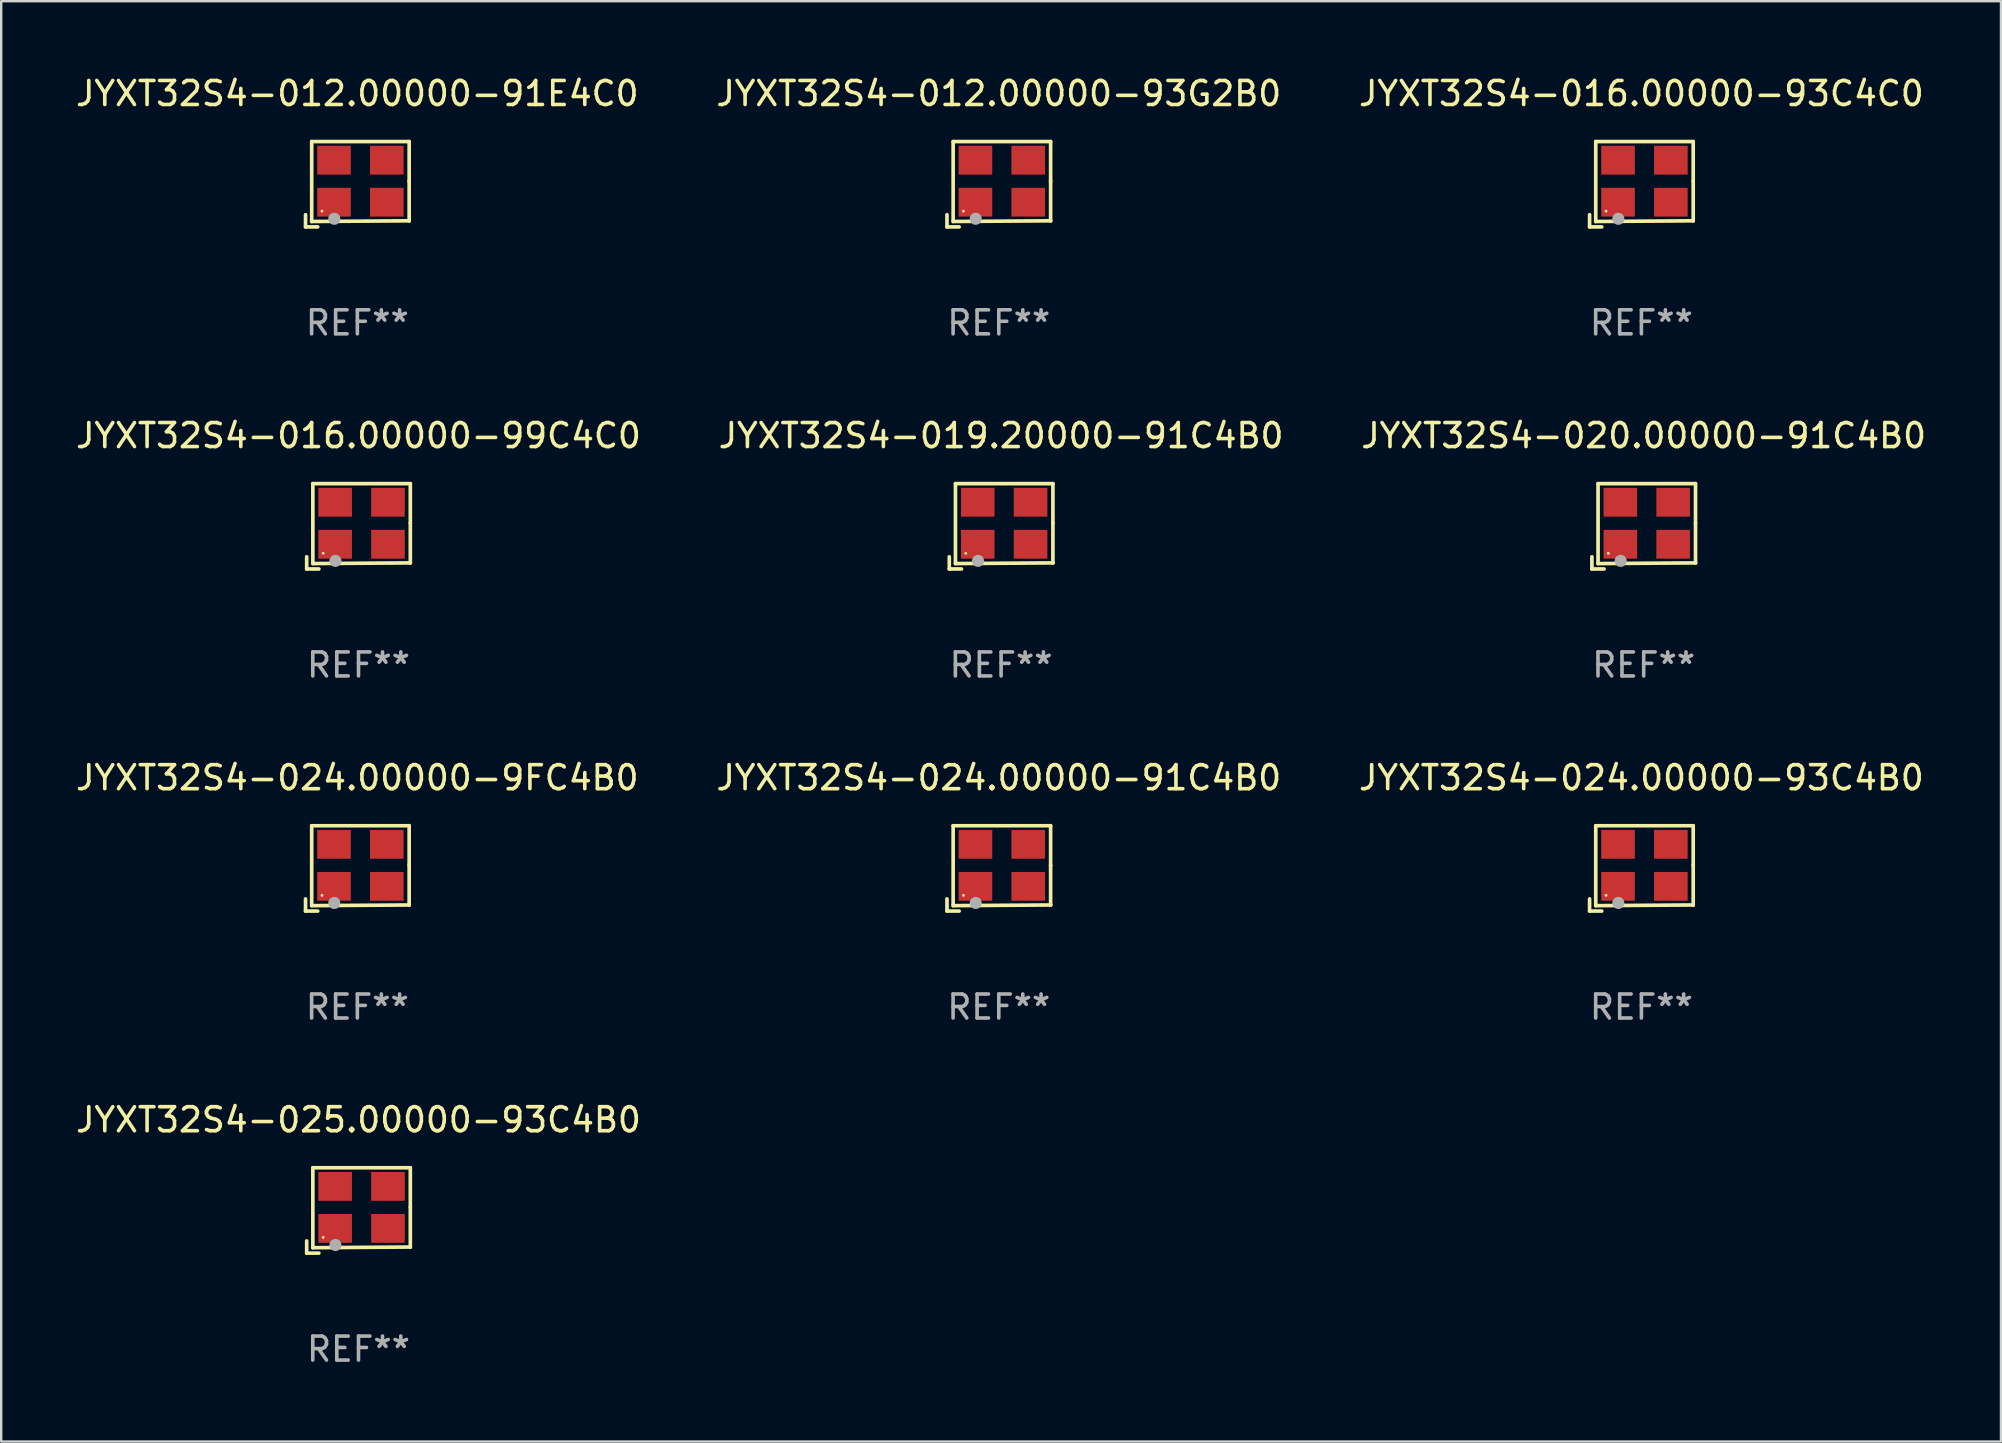
<source format=kicad_pcb>
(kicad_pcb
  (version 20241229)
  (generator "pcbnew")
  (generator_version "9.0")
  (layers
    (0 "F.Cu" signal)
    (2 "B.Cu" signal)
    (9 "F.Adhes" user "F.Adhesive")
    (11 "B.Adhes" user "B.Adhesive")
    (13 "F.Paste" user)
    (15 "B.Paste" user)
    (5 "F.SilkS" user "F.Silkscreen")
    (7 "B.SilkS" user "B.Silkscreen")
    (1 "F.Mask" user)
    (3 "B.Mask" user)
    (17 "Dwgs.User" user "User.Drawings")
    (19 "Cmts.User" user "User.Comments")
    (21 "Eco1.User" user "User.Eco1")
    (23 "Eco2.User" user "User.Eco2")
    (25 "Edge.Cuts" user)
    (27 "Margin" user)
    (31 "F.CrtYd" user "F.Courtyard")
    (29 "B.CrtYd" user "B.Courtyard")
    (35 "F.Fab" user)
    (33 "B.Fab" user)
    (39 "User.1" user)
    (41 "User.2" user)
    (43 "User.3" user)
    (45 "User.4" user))
  (footprint "JYXT32S4-020.00000-91C4B0"
    (layer "F.Cu")
    (at 65.435 18.879)
    (property "Reference" "JYXT32S4-020.00000-91C4B0" (at 0 -3.778 0) (layer "F.SilkS") (effects (font (size 1 1) (thickness 0.15))))
    (attr through_hole)
    (fp_line (start -2.159 1.27) (end -2.159 1.778) (stroke (width 0.152) (type solid)) (layer "F.SilkS"))
    (fp_line (start -2.159 1.778) (end -1.651 1.778) (stroke (width 0.152) (type solid)) (layer "F.SilkS"))
    (fp_line (start -1.902 -1.778) (end 2.159 -1.778) (stroke (width 0.152) (type solid)) (layer "F.SilkS"))
    (fp_line (start -1.902 1.552) (end -1.902 -1.778) (stroke (width 0.152) (type solid)) (layer "F.SilkS"))
    (fp_line (start 2.159 -1.778) (end 2.159 -0.127) (stroke (width 0.152) (type solid)) (layer "F.SilkS"))
    (fp_line (start 2.159 -0.127) (end 2.159 1.524) (stroke (width 0.152) (type solid)) (layer "F.SilkS"))
    (fp_line (start 2.159 1.524) (end -1.902 1.552) (stroke (width 0.152) (type solid)) (layer "F.SilkS"))
    (fp_line (start 2.159 1.524) (end 2.159 1.524) (stroke (width 0.152) (type solid)) (layer "F.SilkS"))
    (fp_circle (center -1.473 1.123) (end -1.443 1.123) (stroke (width 0.06) (type solid)) (fill no) (layer "F.SilkS"))
    (fp_circle (center -0.961 1.44) (end -0.834 1.44) (stroke (width 0.254) (type solid)) (fill no) (layer "F.Fab"))
    (fp_text user "REF**" (at 0 5.778 0) (layer "F.Fab") (effects (font (size 1 1) (thickness 0.15))))
    (pad "1" smd rect (at -0.973 0.748) (size 1.4 1.2) (layers "F.Cu" "F.Mask" "F.Paste"))
    (pad "2" smd rect (at 1.227 0.748) (size 1.4 1.2) (layers "F.Cu" "F.Mask" "F.Paste"))
    (pad "3" smd rect (at 1.227 -1.002) (size 1.4 1.2) (layers "F.Cu" "F.Mask" "F.Paste"))
    (pad "4" smd rect (at -0.973 -1.002) (size 1.4 1.2) (layers "F.Cu" "F.Mask" "F.Paste")))
  (footprint "JYXT32S4-025.00000-93C4B0"
    (layer "F.Cu")
    (at 11.887 47.384)
    (property "Reference" "JYXT32S4-025.00000-93C4B0" (at 0 -3.778 0) (layer "F.SilkS") (effects (font (size 1 1) (thickness 0.15))))
    (attr through_hole)
    (fp_line (start -2.159 1.27) (end -2.159 1.778) (stroke (width 0.152) (type solid)) (layer "F.SilkS"))
    (fp_line (start -2.159 1.778) (end -1.651 1.778) (stroke (width 0.152) (type solid)) (layer "F.SilkS"))
    (fp_line (start -1.902 -1.778) (end 2.159 -1.778) (stroke (width 0.152) (type solid)) (layer "F.SilkS"))
    (fp_line (start -1.902 1.552) (end -1.902 -1.778) (stroke (width 0.152) (type solid)) (layer "F.SilkS"))
    (fp_line (start 2.159 -1.778) (end 2.159 -0.127) (stroke (width 0.152) (type solid)) (layer "F.SilkS"))
    (fp_line (start 2.159 -0.127) (end 2.159 1.524) (stroke (width 0.152) (type solid)) (layer "F.SilkS"))
    (fp_line (start 2.159 1.524) (end -1.902 1.552) (stroke (width 0.152) (type solid)) (layer "F.SilkS"))
    (fp_line (start 2.159 1.524) (end 2.159 1.524) (stroke (width 0.152) (type solid)) (layer "F.SilkS"))
    (fp_circle (center -1.473 1.123) (end -1.443 1.123) (stroke (width 0.06) (type solid)) (fill no) (layer "F.SilkS"))
    (fp_circle (center -0.961 1.44) (end -0.834 1.44) (stroke (width 0.254) (type solid)) (fill no) (layer "F.Fab"))
    (fp_text user "REF**" (at 0 5.778 0) (layer "F.Fab") (effects (font (size 1 1) (thickness 0.15))))
    (pad "1" smd rect (at -0.973 0.748) (size 1.4 1.2) (layers "F.Cu" "F.Mask" "F.Paste"))
    (pad "2" smd rect (at 1.227 0.748) (size 1.4 1.2) (layers "F.Cu" "F.Mask" "F.Paste"))
    (pad "3" smd rect (at 1.227 -1.002) (size 1.4 1.2) (layers "F.Cu" "F.Mask" "F.Paste"))
    (pad "4" smd rect (at -0.973 -1.002) (size 1.4 1.2) (layers "F.Cu" "F.Mask" "F.Paste")))
  (footprint "JYXT32S4-019.20000-91C4B0"
    (layer "F.Cu")
    (at 38.661 18.879)
    (property "Reference" "JYXT32S4-019.20000-91C4B0" (at 0 -3.778 0) (layer "F.SilkS") (effects (font (size 1 1) (thickness 0.15))))
    (attr through_hole)
    (fp_line (start -2.159 1.27) (end -2.159 1.778) (stroke (width 0.152) (type solid)) (layer "F.SilkS"))
    (fp_line (start -2.159 1.778) (end -1.651 1.778) (stroke (width 0.152) (type solid)) (layer "F.SilkS"))
    (fp_line (start -1.902 -1.778) (end 2.159 -1.778) (stroke (width 0.152) (type solid)) (layer "F.SilkS"))
    (fp_line (start -1.902 1.552) (end -1.902 -1.778) (stroke (width 0.152) (type solid)) (layer "F.SilkS"))
    (fp_line (start 2.159 -1.778) (end 2.159 -0.127) (stroke (width 0.152) (type solid)) (layer "F.SilkS"))
    (fp_line (start 2.159 -0.127) (end 2.159 1.524) (stroke (width 0.152) (type solid)) (layer "F.SilkS"))
    (fp_line (start 2.159 1.524) (end -1.902 1.552) (stroke (width 0.152) (type solid)) (layer "F.SilkS"))
    (fp_line (start 2.159 1.524) (end 2.159 1.524) (stroke (width 0.152) (type solid)) (layer "F.SilkS"))
    (fp_circle (center -1.473 1.123) (end -1.443 1.123) (stroke (width 0.06) (type solid)) (fill no) (layer "F.SilkS"))
    (fp_circle (center -0.961 1.44) (end -0.834 1.44) (stroke (width 0.254) (type solid)) (fill no) (layer "F.Fab"))
    (fp_text user "REF**" (at 0 5.778 0) (layer "F.Fab") (effects (font (size 1 1) (thickness 0.15))))
    (pad "1" smd rect (at -0.973 0.748) (size 1.4 1.2) (layers "F.Cu" "F.Mask" "F.Paste"))
    (pad "2" smd rect (at 1.227 0.748) (size 1.4 1.2) (layers "F.Cu" "F.Mask" "F.Paste"))
    (pad "3" smd rect (at 1.227 -1.002) (size 1.4 1.2) (layers "F.Cu" "F.Mask" "F.Paste"))
    (pad "4" smd rect (at -0.973 -1.002) (size 1.4 1.2) (layers "F.Cu" "F.Mask" "F.Paste")))
  (footprint "JYXT32S4-012.00000-93G2B0"
    (layer "F.Cu")
    (at 38.565 4.626)
    (property "Reference" "JYXT32S4-012.00000-93G2B0" (at 0 -3.778 0) (layer "F.SilkS") (effects (font (size 1 1) (thickness 0.15))))
    (attr through_hole)
    (fp_line (start -2.159 1.27) (end -2.159 1.778) (stroke (width 0.152) (type solid)) (layer "F.SilkS"))
    (fp_line (start -2.159 1.778) (end -1.651 1.778) (stroke (width 0.152) (type solid)) (layer "F.SilkS"))
    (fp_line (start -1.902 -1.778) (end 2.159 -1.778) (stroke (width 0.152) (type solid)) (layer "F.SilkS"))
    (fp_line (start -1.902 1.552) (end -1.902 -1.778) (stroke (width 0.152) (type solid)) (layer "F.SilkS"))
    (fp_line (start 2.159 -1.778) (end 2.159 -0.127) (stroke (width 0.152) (type solid)) (layer "F.SilkS"))
    (fp_line (start 2.159 -0.127) (end 2.159 1.524) (stroke (width 0.152) (type solid)) (layer "F.SilkS"))
    (fp_line (start 2.159 1.524) (end -1.902 1.552) (stroke (width 0.152) (type solid)) (layer "F.SilkS"))
    (fp_line (start 2.159 1.524) (end 2.159 1.524) (stroke (width 0.152) (type solid)) (layer "F.SilkS"))
    (fp_circle (center -1.473 1.123) (end -1.443 1.123) (stroke (width 0.06) (type solid)) (fill no) (layer "F.SilkS"))
    (fp_circle (center -0.961 1.44) (end -0.834 1.44) (stroke (width 0.254) (type solid)) (fill no) (layer "F.Fab"))
    (fp_text user "REF**" (at 0 5.778 0) (layer "F.Fab") (effects (font (size 1 1) (thickness 0.15))))
    (pad "1" smd rect (at -0.973 0.748) (size 1.4 1.2) (layers "F.Cu" "F.Mask" "F.Paste"))
    (pad "2" smd rect (at 1.227 0.748) (size 1.4 1.2) (layers "F.Cu" "F.Mask" "F.Paste"))
    (pad "3" smd rect (at 1.227 -1.002) (size 1.4 1.2) (layers "F.Cu" "F.Mask" "F.Paste"))
    (pad "4" smd rect (at -0.973 -1.002) (size 1.4 1.2) (layers "F.Cu" "F.Mask" "F.Paste")))
  (footprint "JYXT32S4-024.00000-91C4B0"
    (layer "F.Cu")
    (at 38.565 33.132)
    (property "Reference" "JYXT32S4-024.00000-91C4B0" (at 0 -3.778 0) (layer "F.SilkS") (effects (font (size 1 1) (thickness 0.15))))
    (attr through_hole)
    (fp_line (start -2.159 1.27) (end -2.159 1.778) (stroke (width 0.152) (type solid)) (layer "F.SilkS"))
    (fp_line (start -2.159 1.778) (end -1.651 1.778) (stroke (width 0.152) (type solid)) (layer "F.SilkS"))
    (fp_line (start -1.902 -1.778) (end 2.159 -1.778) (stroke (width 0.152) (type solid)) (layer "F.SilkS"))
    (fp_line (start -1.902 1.552) (end -1.902 -1.778) (stroke (width 0.152) (type solid)) (layer "F.SilkS"))
    (fp_line (start 2.159 -1.778) (end 2.159 -0.127) (stroke (width 0.152) (type solid)) (layer "F.SilkS"))
    (fp_line (start 2.159 -0.127) (end 2.159 1.524) (stroke (width 0.152) (type solid)) (layer "F.SilkS"))
    (fp_line (start 2.159 1.524) (end -1.902 1.552) (stroke (width 0.152) (type solid)) (layer "F.SilkS"))
    (fp_line (start 2.159 1.524) (end 2.159 1.524) (stroke (width 0.152) (type solid)) (layer "F.SilkS"))
    (fp_circle (center -1.473 1.123) (end -1.443 1.123) (stroke (width 0.06) (type solid)) (fill no) (layer "F.SilkS"))
    (fp_circle (center -0.961 1.44) (end -0.834 1.44) (stroke (width 0.254) (type solid)) (fill no) (layer "F.Fab"))
    (fp_text user "REF**" (at 0 5.778 0) (layer "F.Fab") (effects (font (size 1 1) (thickness 0.15))))
    (pad "1" smd rect (at -0.973 0.748) (size 1.4 1.2) (layers "F.Cu" "F.Mask" "F.Paste"))
    (pad "2" smd rect (at 1.227 0.748) (size 1.4 1.2) (layers "F.Cu" "F.Mask" "F.Paste"))
    (pad "3" smd rect (at 1.227 -1.002) (size 1.4 1.2) (layers "F.Cu" "F.Mask" "F.Paste"))
    (pad "4" smd rect (at -0.973 -1.002) (size 1.4 1.2) (layers "F.Cu" "F.Mask" "F.Paste")))
  (footprint "JYXT32S4-024.00000-9FC4B0"
    (layer "F.Cu")
    (at 11.839 33.132)
    (property "Reference" "JYXT32S4-024.00000-9FC4B0" (at 0 -3.778 0) (layer "F.SilkS") (effects (font (size 1 1) (thickness 0.15))))
    (attr through_hole)
    (fp_line (start -2.159 1.27) (end -2.159 1.778) (stroke (width 0.152) (type solid)) (layer "F.SilkS"))
    (fp_line (start -2.159 1.778) (end -1.651 1.778) (stroke (width 0.152) (type solid)) (layer "F.SilkS"))
    (fp_line (start -1.902 -1.778) (end 2.159 -1.778) (stroke (width 0.152) (type solid)) (layer "F.SilkS"))
    (fp_line (start -1.902 1.552) (end -1.902 -1.778) (stroke (width 0.152) (type solid)) (layer "F.SilkS"))
    (fp_line (start 2.159 -1.778) (end 2.159 -0.127) (stroke (width 0.152) (type solid)) (layer "F.SilkS"))
    (fp_line (start 2.159 -0.127) (end 2.159 1.524) (stroke (width 0.152) (type solid)) (layer "F.SilkS"))
    (fp_line (start 2.159 1.524) (end -1.902 1.552) (stroke (width 0.152) (type solid)) (layer "F.SilkS"))
    (fp_line (start 2.159 1.524) (end 2.159 1.524) (stroke (width 0.152) (type solid)) (layer "F.SilkS"))
    (fp_circle (center -1.473 1.123) (end -1.443 1.123) (stroke (width 0.06) (type solid)) (fill no) (layer "F.SilkS"))
    (fp_circle (center -0.961 1.44) (end -0.834 1.44) (stroke (width 0.254) (type solid)) (fill no) (layer "F.Fab"))
    (fp_text user "REF**" (at 0 5.778 0) (layer "F.Fab") (effects (font (size 1 1) (thickness 0.15))))
    (pad "1" smd rect (at -0.973 0.748) (size 1.4 1.2) (layers "F.Cu" "F.Mask" "F.Paste"))
    (pad "2" smd rect (at 1.227 0.748) (size 1.4 1.2) (layers "F.Cu" "F.Mask" "F.Paste"))
    (pad "3" smd rect (at 1.227 -1.002) (size 1.4 1.2) (layers "F.Cu" "F.Mask" "F.Paste"))
    (pad "4" smd rect (at -0.973 -1.002) (size 1.4 1.2) (layers "F.Cu" "F.Mask" "F.Paste")))
  (footprint "JYXT32S4-024.00000-93C4B0"
    (layer "F.Cu")
    (at 65.339 33.132)
    (property "Reference" "JYXT32S4-024.00000-93C4B0" (at 0 -3.778 0) (layer "F.SilkS") (effects (font (size 1 1) (thickness 0.15))))
    (attr through_hole)
    (fp_line (start -2.159 1.27) (end -2.159 1.778) (stroke (width 0.152) (type solid)) (layer "F.SilkS"))
    (fp_line (start -2.159 1.778) (end -1.651 1.778) (stroke (width 0.152) (type solid)) (layer "F.SilkS"))
    (fp_line (start -1.902 -1.778) (end 2.159 -1.778) (stroke (width 0.152) (type solid)) (layer "F.SilkS"))
    (fp_line (start -1.902 1.552) (end -1.902 -1.778) (stroke (width 0.152) (type solid)) (layer "F.SilkS"))
    (fp_line (start 2.159 -1.778) (end 2.159 -0.127) (stroke (width 0.152) (type solid)) (layer "F.SilkS"))
    (fp_line (start 2.159 -0.127) (end 2.159 1.524) (stroke (width 0.152) (type solid)) (layer "F.SilkS"))
    (fp_line (start 2.159 1.524) (end -1.902 1.552) (stroke (width 0.152) (type solid)) (layer "F.SilkS"))
    (fp_line (start 2.159 1.524) (end 2.159 1.524) (stroke (width 0.152) (type solid)) (layer "F.SilkS"))
    (fp_circle (center -1.473 1.123) (end -1.443 1.123) (stroke (width 0.06) (type solid)) (fill no) (layer "F.SilkS"))
    (fp_circle (center -0.961 1.44) (end -0.834 1.44) (stroke (width 0.254) (type solid)) (fill no) (layer "F.Fab"))
    (fp_text user "REF**" (at 0 5.778 0) (layer "F.Fab") (effects (font (size 1 1) (thickness 0.15))))
    (pad "1" smd rect (at -0.973 0.748) (size 1.4 1.2) (layers "F.Cu" "F.Mask" "F.Paste"))
    (pad "2" smd rect (at 1.227 0.748) (size 1.4 1.2) (layers "F.Cu" "F.Mask" "F.Paste"))
    (pad "3" smd rect (at 1.227 -1.002) (size 1.4 1.2) (layers "F.Cu" "F.Mask" "F.Paste"))
    (pad "4" smd rect (at -0.973 -1.002) (size 1.4 1.2) (layers "F.Cu" "F.Mask" "F.Paste")))
  (footprint "JYXT32S4-016.00000-93C4C0"
    (layer "F.Cu")
    (at 65.339 4.626)
    (property "Reference" "JYXT32S4-016.00000-93C4C0" (at 0 -3.778 0) (layer "F.SilkS") (effects (font (size 1 1) (thickness 0.15))))
    (attr through_hole)
    (fp_line (start -2.159 1.27) (end -2.159 1.778) (stroke (width 0.152) (type solid)) (layer "F.SilkS"))
    (fp_line (start -2.159 1.778) (end -1.651 1.778) (stroke (width 0.152) (type solid)) (layer "F.SilkS"))
    (fp_line (start -1.902 -1.778) (end 2.159 -1.778) (stroke (width 0.152) (type solid)) (layer "F.SilkS"))
    (fp_line (start -1.902 1.552) (end -1.902 -1.778) (stroke (width 0.152) (type solid)) (layer "F.SilkS"))
    (fp_line (start 2.159 -1.778) (end 2.159 -0.127) (stroke (width 0.152) (type solid)) (layer "F.SilkS"))
    (fp_line (start 2.159 -0.127) (end 2.159 1.524) (stroke (width 0.152) (type solid)) (layer "F.SilkS"))
    (fp_line (start 2.159 1.524) (end -1.902 1.552) (stroke (width 0.152) (type solid)) (layer "F.SilkS"))
    (fp_line (start 2.159 1.524) (end 2.159 1.524) (stroke (width 0.152) (type solid)) (layer "F.SilkS"))
    (fp_circle (center -1.473 1.123) (end -1.443 1.123) (stroke (width 0.06) (type solid)) (fill no) (layer "F.SilkS"))
    (fp_circle (center -0.961 1.44) (end -0.834 1.44) (stroke (width 0.254) (type solid)) (fill no) (layer "F.Fab"))
    (fp_text user "REF**" (at 0 5.778 0) (layer "F.Fab") (effects (font (size 1 1) (thickness 0.15))))
    (pad "1" smd rect (at -0.973 0.748) (size 1.4 1.2) (layers "F.Cu" "F.Mask" "F.Paste"))
    (pad "2" smd rect (at 1.227 0.748) (size 1.4 1.2) (layers "F.Cu" "F.Mask" "F.Paste"))
    (pad "3" smd rect (at 1.227 -1.002) (size 1.4 1.2) (layers "F.Cu" "F.Mask" "F.Paste"))
    (pad "4" smd rect (at -0.973 -1.002) (size 1.4 1.2) (layers "F.Cu" "F.Mask" "F.Paste")))
  (footprint "JYXT32S4-016.00000-99C4C0"
    (layer "F.Cu")
    (at 11.887 18.879)
    (property "Reference" "JYXT32S4-016.00000-99C4C0" (at 0 -3.778 0) (layer "F.SilkS") (effects (font (size 1 1) (thickness 0.15))))
    (attr through_hole)
    (fp_line (start -2.159 1.27) (end -2.159 1.778) (stroke (width 0.152) (type solid)) (layer "F.SilkS"))
    (fp_line (start -2.159 1.778) (end -1.651 1.778) (stroke (width 0.152) (type solid)) (layer "F.SilkS"))
    (fp_line (start -1.902 -1.778) (end 2.159 -1.778) (stroke (width 0.152) (type solid)) (layer "F.SilkS"))
    (fp_line (start -1.902 1.552) (end -1.902 -1.778) (stroke (width 0.152) (type solid)) (layer "F.SilkS"))
    (fp_line (start 2.159 -1.778) (end 2.159 -0.127) (stroke (width 0.152) (type solid)) (layer "F.SilkS"))
    (fp_line (start 2.159 -0.127) (end 2.159 1.524) (stroke (width 0.152) (type solid)) (layer "F.SilkS"))
    (fp_line (start 2.159 1.524) (end -1.902 1.552) (stroke (width 0.152) (type solid)) (layer "F.SilkS"))
    (fp_line (start 2.159 1.524) (end 2.159 1.524) (stroke (width 0.152) (type solid)) (layer "F.SilkS"))
    (fp_circle (center -1.473 1.123) (end -1.443 1.123) (stroke (width 0.06) (type solid)) (fill no) (layer "F.SilkS"))
    (fp_circle (center -0.961 1.44) (end -0.834 1.44) (stroke (width 0.254) (type solid)) (fill no) (layer "F.Fab"))
    (fp_text user "REF**" (at 0 5.778 0) (layer "F.Fab") (effects (font (size 1 1) (thickness 0.15))))
    (pad "1" smd rect (at -0.973 0.748) (size 1.4 1.2) (layers "F.Cu" "F.Mask" "F.Paste"))
    (pad "2" smd rect (at 1.227 0.748) (size 1.4 1.2) (layers "F.Cu" "F.Mask" "F.Paste"))
    (pad "3" smd rect (at 1.227 -1.002) (size 1.4 1.2) (layers "F.Cu" "F.Mask" "F.Paste"))
    (pad "4" smd rect (at -0.973 -1.002) (size 1.4 1.2) (layers "F.Cu" "F.Mask" "F.Paste")))
  (footprint "JYXT32S4-012.00000-91E4C0"
    (layer "F.Cu")
    (at 11.839 4.626)
    (property "Reference" "JYXT32S4-012.00000-91E4C0" (at 0 -3.778 0) (layer "F.SilkS") (effects (font (size 1 1) (thickness 0.15))))
    (attr through_hole)
    (fp_line (start -2.159 1.27) (end -2.159 1.778) (stroke (width 0.152) (type solid)) (layer "F.SilkS"))
    (fp_line (start -2.159 1.778) (end -1.651 1.778) (stroke (width 0.152) (type solid)) (layer "F.SilkS"))
    (fp_line (start -1.902 -1.778) (end 2.159 -1.778) (stroke (width 0.152) (type solid)) (layer "F.SilkS"))
    (fp_line (start -1.902 1.552) (end -1.902 -1.778) (stroke (width 0.152) (type solid)) (layer "F.SilkS"))
    (fp_line (start 2.159 -1.778) (end 2.159 -0.127) (stroke (width 0.152) (type solid)) (layer "F.SilkS"))
    (fp_line (start 2.159 -0.127) (end 2.159 1.524) (stroke (width 0.152) (type solid)) (layer "F.SilkS"))
    (fp_line (start 2.159 1.524) (end -1.902 1.552) (stroke (width 0.152) (type solid)) (layer "F.SilkS"))
    (fp_line (start 2.159 1.524) (end 2.159 1.524) (stroke (width 0.152) (type solid)) (layer "F.SilkS"))
    (fp_circle (center -1.473 1.123) (end -1.443 1.123) (stroke (width 0.06) (type solid)) (fill no) (layer "F.SilkS"))
    (fp_circle (center -0.961 1.44) (end -0.834 1.44) (stroke (width 0.254) (type solid)) (fill no) (layer "F.Fab"))
    (fp_text user "REF**" (at 0 5.778 0) (layer "F.Fab") (effects (font (size 1 1) (thickness 0.15))))
    (pad "1" smd rect (at -0.973 0.748) (size 1.4 1.2) (layers "F.Cu" "F.Mask" "F.Paste"))
    (pad "2" smd rect (at 1.227 0.748) (size 1.4 1.2) (layers "F.Cu" "F.Mask" "F.Paste"))
    (pad "3" smd rect (at 1.227 -1.002) (size 1.4 1.2) (layers "F.Cu" "F.Mask" "F.Paste"))
    (pad "4" smd rect (at -0.973 -1.002) (size 1.4 1.2) (layers "F.Cu" "F.Mask" "F.Paste")))
  (gr_rect
    (start -3 -3)
    (end 80.321 57.011)
    (stroke (width 0.1) (type default))
    (fill no)
    (layer "Edge.Cuts")))
</source>
